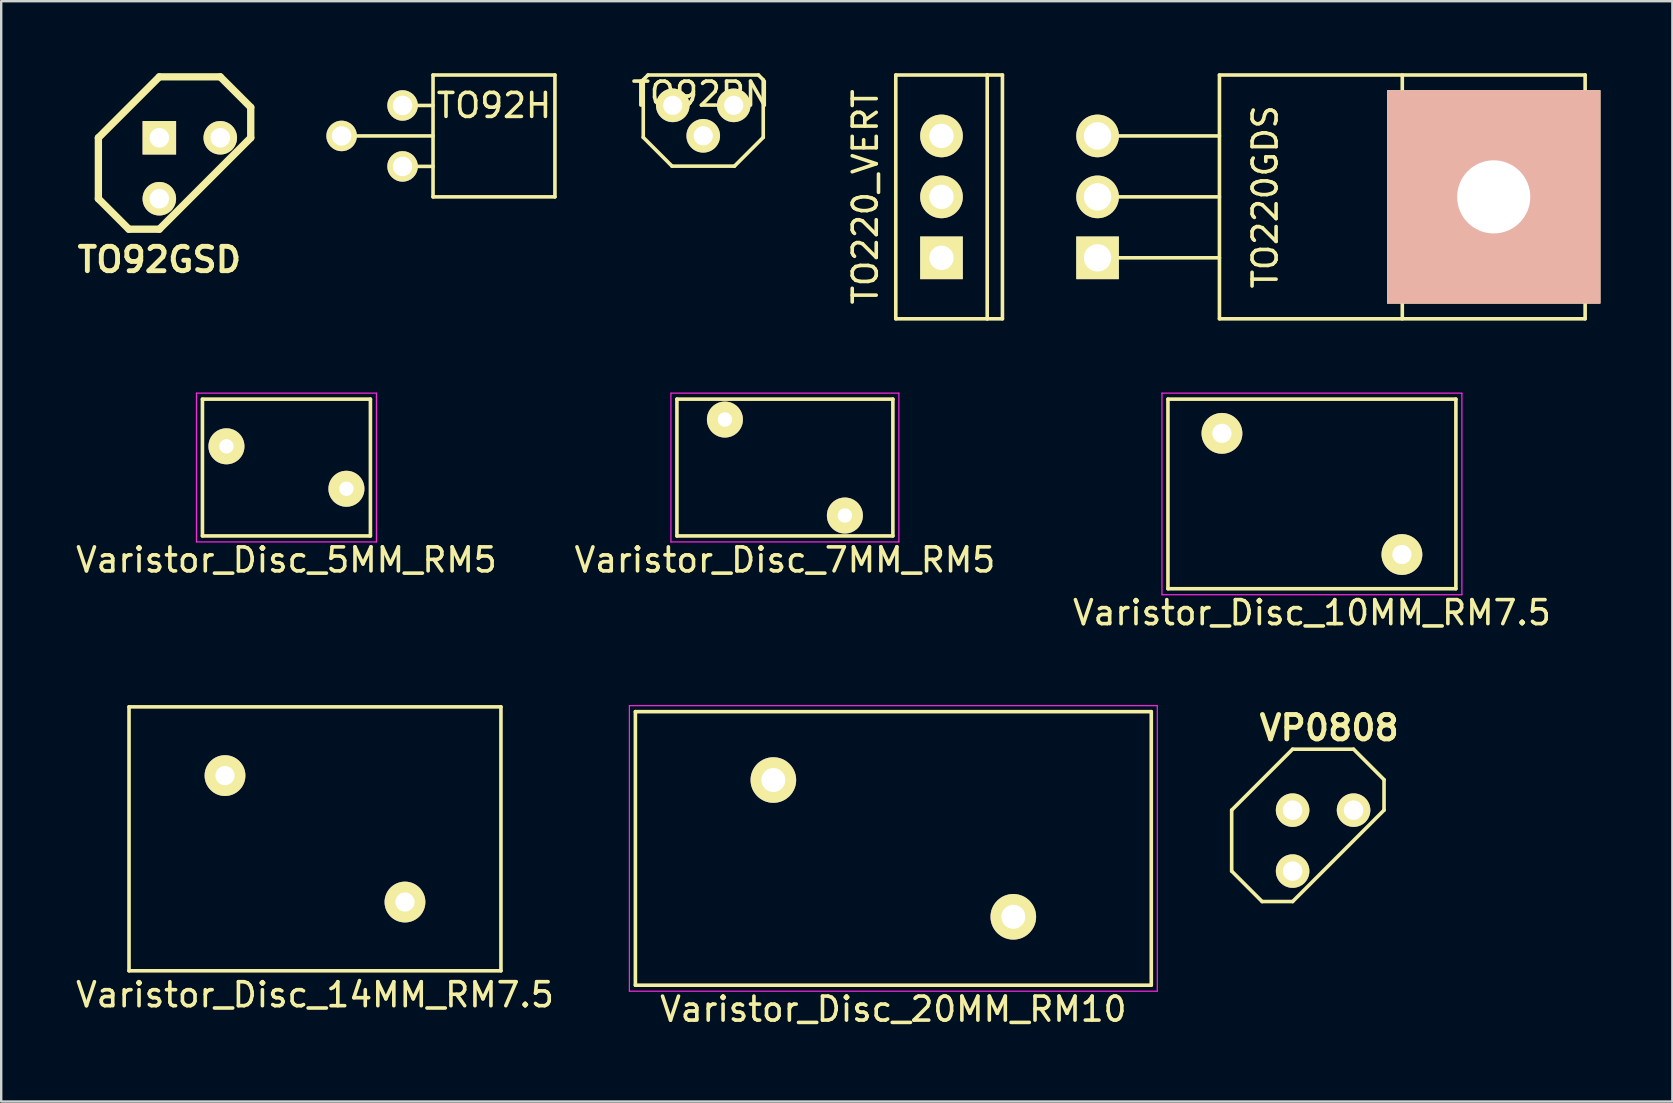
<source format=kicad_pcb>
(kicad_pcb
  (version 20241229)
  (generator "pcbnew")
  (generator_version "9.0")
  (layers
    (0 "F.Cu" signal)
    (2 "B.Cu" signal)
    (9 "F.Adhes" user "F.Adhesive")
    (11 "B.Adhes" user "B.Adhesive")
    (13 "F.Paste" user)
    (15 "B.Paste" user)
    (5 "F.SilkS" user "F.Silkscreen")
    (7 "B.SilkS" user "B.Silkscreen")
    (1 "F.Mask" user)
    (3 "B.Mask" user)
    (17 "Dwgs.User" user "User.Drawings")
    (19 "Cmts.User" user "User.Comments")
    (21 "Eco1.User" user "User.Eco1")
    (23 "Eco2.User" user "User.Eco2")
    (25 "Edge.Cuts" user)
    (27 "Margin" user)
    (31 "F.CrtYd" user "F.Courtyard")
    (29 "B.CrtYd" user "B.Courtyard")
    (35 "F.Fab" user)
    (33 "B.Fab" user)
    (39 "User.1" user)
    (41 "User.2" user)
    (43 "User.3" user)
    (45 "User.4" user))
  (footprint "Varistor_Disc_10MM_RM7.5"
    (layer "F.Cu")
    (at 47.875 15.01)
    (property "Reference" "Varistor_Disc_10MM_RM7.5" (at 3.75 7.475 0) (layer "F.SilkS") (effects (font (size 1 1) (thickness 0.15))))
    (attr through_hole)
    (fp_line (start -2.25 -1.425) (end -2.25 6.475) (stroke (width 0.15) (type solid)) (layer "F.SilkS"))
    (fp_line (start -2.25 -1.425) (end 9.75 -1.425) (stroke (width 0.15) (type solid)) (layer "F.SilkS"))
    (fp_line (start -2.25 6.475) (end 9.75 6.475) (stroke (width 0.15) (type solid)) (layer "F.SilkS"))
    (fp_line (start 9.75 -1.425) (end 9.75 6.475) (stroke (width 0.15) (type solid)) (layer "F.SilkS"))
    (fp_line (start -2.5 -1.675) (end -2.5 6.725) (stroke (width 0.05) (type solid)) (layer "F.CrtYd"))
    (fp_line (start -2.5 -1.675) (end 10 -1.675) (stroke (width 0.05) (type solid)) (layer "F.CrtYd"))
    (fp_line (start -2.5 6.725) (end 10 6.725) (stroke (width 0.05) (type solid)) (layer "F.CrtYd"))
    (fp_line (start 10 -1.675) (end 10 6.725) (stroke (width 0.05) (type solid)) (layer "F.CrtYd"))
    (pad "1" thru_hole circle (at 0 0) (size 1.7 1.7) (drill 0.8) (layers "*.Cu" "*.Mask" "F.SilkS"))
    (pad "2" thru_hole circle (at 7.5 5.05) (size 1.7 1.7) (drill 0.8) (layers "*.Cu" "*.Mask" "F.SilkS")))
  (footprint "TO92H"
    (layer "F.Cu")
    (at 12.457 2.615)
    (property "Reference" "TO92H" (at 5.08 -1.27 0) (layer "F.SilkS") (effects (font (size 1 1) (thickness 0.15))))
    (attr through_hole)
    (fp_line (start -1.27 0) (end 2.54 0) (stroke (width 0.15) (type solid)) (layer "F.SilkS"))
    (fp_line (start 1.27 -1.27) (end 2.54 -1.27) (stroke (width 0.15) (type solid)) (layer "F.SilkS"))
    (fp_line (start 1.27 1.27) (end 2.54 1.27) (stroke (width 0.15) (type solid)) (layer "F.SilkS"))
    (fp_line (start 2.54 -2.54) (end 7.62 -2.54) (stroke (width 0.15) (type solid)) (layer "F.SilkS"))
    (fp_line (start 2.54 2.54) (end 2.54 -2.54) (stroke (width 0.15) (type solid)) (layer "F.SilkS"))
    (fp_line (start 7.62 -2.54) (end 7.62 2.54) (stroke (width 0.15) (type solid)) (layer "F.SilkS"))
    (fp_line (start 7.62 2.54) (end 2.54 2.54) (stroke (width 0.15) (type solid)) (layer "F.SilkS"))
    (pad "1" thru_hole circle (at 1.27 1.27) (size 1.27 1.27) (drill 0.813) (layers "*.Cu" "*.Mask" "F.SilkS"))
    (pad "2" thru_hole circle (at -1.27 0) (size 1.27 1.27) (drill 0.813) (layers "*.Cu" "*.Mask" "F.SilkS"))
    (pad "3" thru_hole circle (at 1.27 -1.27) (size 1.27 1.27) (drill 0.813) (layers "*.Cu" "*.Mask" "F.SilkS")))
  (footprint "VP0808"
    (layer "F.Cu")
    (at 52.09 31.983)
    (property "Reference" "VP0808" (at 0.254 -4.699 0) (layer "F.SilkS") (effects (font (size 1.016 1.016) (thickness 0.203))))
    (attr through_hole)
    (fp_line (start -3.81 -1.27) (end -3.81 1.27) (stroke (width 0.15) (type solid)) (layer "F.SilkS"))
    (fp_line (start -3.81 1.27) (end -2.54 2.54) (stroke (width 0.15) (type solid)) (layer "F.SilkS"))
    (fp_line (start -2.54 2.54) (end -1.27 2.54) (stroke (width 0.15) (type solid)) (layer "F.SilkS"))
    (fp_line (start -1.27 -3.81) (end -3.81 -1.27) (stroke (width 0.15) (type solid)) (layer "F.SilkS"))
    (fp_line (start -1.27 2.54) (end 2.54 -1.27) (stroke (width 0.15) (type solid)) (layer "F.SilkS"))
    (fp_line (start 1.27 -3.81) (end -1.27 -3.81) (stroke (width 0.15) (type solid)) (layer "F.SilkS"))
    (fp_line (start 2.54 -2.54) (end 1.27 -3.81) (stroke (width 0.15) (type solid)) (layer "F.SilkS"))
    (fp_line (start 2.54 -1.27) (end 2.54 -2.54) (stroke (width 0.15) (type solid)) (layer "F.SilkS"))
    (pad "D" thru_hole circle (at -1.27 1.27) (size 1.397 1.397) (drill 0.813) (layers "*.Cu" "*.Mask" "F.SilkS"))
    (pad "G" thru_hole circle (at 1.27 -1.27) (size 1.397 1.397) (drill 0.813) (layers "*.Cu" "*.Mask" "F.SilkS"))
    (pad "S" thru_hole circle (at -1.27 -1.27) (size 1.397 1.397) (drill 0.813) (layers "*.Cu" "*.Mask" "F.SilkS")))
  (footprint "TO220GDS"
    (layer "F.Cu")
    (at 42.691 5.155)
    (property "Reference" "TO220GDS" (at 6.985 0 90) (layer "F.SilkS") (effects (font (size 1 1) (thickness 0.15))))
    (attr through_hole)
    (fp_line (start 0 -2.54) (end 5.08 -2.54) (stroke (width 0.15) (type solid)) (layer "F.SilkS"))
    (fp_line (start 0 0) (end 5.08 0) (stroke (width 0.15) (type solid)) (layer "F.SilkS"))
    (fp_line (start 0 2.54) (end 5.08 2.54) (stroke (width 0.15) (type solid)) (layer "F.SilkS"))
    (fp_line (start 5.08 -5.08) (end 20.32 -5.08) (stroke (width 0.15) (type solid)) (layer "F.SilkS"))
    (fp_line (start 5.08 5.08) (end 5.08 -5.08) (stroke (width 0.15) (type solid)) (layer "F.SilkS"))
    (fp_line (start 12.7 5.08) (end 12.7 -5.08) (stroke (width 0.15) (type solid)) (layer "F.SilkS"))
    (fp_line (start 20.32 -5.08) (end 20.32 5.08) (stroke (width 0.15) (type solid)) (layer "F.SilkS"))
    (fp_line (start 20.32 5.08) (end 5.08 5.08) (stroke (width 0.15) (type solid)) (layer "F.SilkS"))
    (pad "4" thru_hole rect (at 16.51 0) (size 8.89 8.89) (drill 3.048) (layers "*.Cu" "*.SilkS" "*.Mask"))
    (pad "D" thru_hole circle (at 0 0) (size 1.778 1.778) (drill 1.143) (layers "*.Cu" "*.Mask" "F.SilkS"))
    (pad "G" thru_hole circle (at 0 -2.54) (size 1.778 1.778) (drill 1.143) (layers "*.Cu" "*.Mask" "F.SilkS"))
    (pad "S" thru_hole rect (at 0 2.54) (size 1.778 1.778) (drill 1.143) (layers "*.Cu" "*.Mask" "F.SilkS")))
  (footprint "TO220_VERT"
    (layer "F.Cu")
    (at 36.187 5.155)
    (property "Reference" "TO220_VERT" (at -3.175 0 90) (layer "F.SilkS") (effects (font (size 1 1) (thickness 0.15))))
    (attr through_hole)
    (fp_line (start -1.905 -5.08) (end 1.905 -5.08) (stroke (width 0.15) (type solid)) (layer "F.SilkS"))
    (fp_line (start -1.905 5.08) (end -1.905 -5.08) (stroke (width 0.15) (type solid)) (layer "F.SilkS"))
    (fp_line (start 1.905 -5.08) (end 1.905 5.08) (stroke (width 0.15) (type solid)) (layer "F.SilkS"))
    (fp_line (start 1.905 -5.08) (end 2.54 -5.08) (stroke (width 0.15) (type solid)) (layer "F.SilkS"))
    (fp_line (start 1.905 5.08) (end -1.905 5.08) (stroke (width 0.15) (type solid)) (layer "F.SilkS"))
    (fp_line (start 2.54 -5.08) (end 2.54 5.08) (stroke (width 0.15) (type solid)) (layer "F.SilkS"))
    (fp_line (start 2.54 5.08) (end 1.905 5.08) (stroke (width 0.15) (type solid)) (layer "F.SilkS"))
    (pad "1" thru_hole rect (at 0 2.54) (size 1.778 1.778) (drill 1.016) (layers "*.Cu" "*.Mask" "F.SilkS"))
    (pad "2" thru_hole circle (at 0 -2.54) (size 1.778 1.778) (drill 1.016) (layers "*.Cu" "*.Mask" "F.SilkS"))
    (pad "3" thru_hole circle (at 0 0) (size 1.778 1.778) (drill 1.016) (layers "*.Cu" "*.Mask" "F.SilkS")))
  (footprint "TO92PN"
    (layer "F.Cu")
    (at 26.258 1.975)
    (property "Reference" "TO92PN" (at -0.1 -1.1 0) (layer "F.SilkS") (effects (font (size 1 1) (thickness 0.15))))
    (attr through_hole)
    (fp_line (start -2.5 -1.7) (end -2.3 -1.9) (stroke (width 0.15) (type solid)) (layer "F.SilkS"))
    (fp_line (start -2.5 0.7) (end -2.5 -1.7) (stroke (width 0.15) (type solid)) (layer "F.SilkS"))
    (fp_line (start -2.3 -1.9) (end 2.3 -1.9) (stroke (width 0.15) (type solid)) (layer "F.SilkS"))
    (fp_line (start -1.3 1.9) (end -2.5 0.7) (stroke (width 0.15) (type solid)) (layer "F.SilkS"))
    (fp_line (start 1.3 1.9) (end -1.3 1.9) (stroke (width 0.15) (type solid)) (layer "F.SilkS"))
    (fp_line (start 2.3 -1.9) (end 2.5 -1.7) (stroke (width 0.15) (type solid)) (layer "F.SilkS"))
    (fp_line (start 2.5 -1.7) (end 2.5 0.7) (stroke (width 0.15) (type solid)) (layer "F.SilkS"))
    (fp_line (start 2.5 0.7) (end 1.3 1.9) (stroke (width 0.15) (type solid)) (layer "F.SilkS"))
    (pad "1" thru_hole circle (at 1.27 -0.635) (size 1.4 1.4) (drill 0.8) (layers "*.Cu" "*.Mask" "F.SilkS"))
    (pad "2" thru_hole circle (at 0 0.635) (size 1.4 1.4) (drill 0.8) (layers "*.Cu" "*.Mask" "F.SilkS"))
    (pad "3" thru_hole circle (at -1.27 -0.635) (size 1.4 1.4) (drill 0.8) (layers "*.Cu" "*.Mask" "F.SilkS")))
  (footprint "TO92GSD"
    (layer "F.Cu")
    (at 4.86 3.962)
    (property "Reference" "TO92GSD" (at -1.27 3.81 0) (layer "F.SilkS") (effects (font (size 1.016 1.016) (thickness 0.203))))
    (attr through_hole)
    (fp_line (start -3.81 -1.27) (end -3.81 1.27) (stroke (width 0.305) (type solid)) (layer "F.SilkS"))
    (fp_line (start -3.81 1.27) (end -2.54 2.54) (stroke (width 0.305) (type solid)) (layer "F.SilkS"))
    (fp_line (start -2.54 2.54) (end -1.27 2.54) (stroke (width 0.305) (type solid)) (layer "F.SilkS"))
    (fp_line (start -1.27 -3.81) (end -3.81 -1.27) (stroke (width 0.305) (type solid)) (layer "F.SilkS"))
    (fp_line (start -1.27 2.54) (end 2.54 -1.27) (stroke (width 0.305) (type solid)) (layer "F.SilkS"))
    (fp_line (start 1.27 -3.81) (end -1.27 -3.81) (stroke (width 0.305) (type solid)) (layer "F.SilkS"))
    (fp_line (start 2.54 -2.54) (end 1.27 -3.81) (stroke (width 0.305) (type solid)) (layer "F.SilkS"))
    (fp_line (start 2.54 -1.27) (end 2.54 -2.54) (stroke (width 0.305) (type solid)) (layer "F.SilkS"))
    (pad "D" thru_hole circle (at -1.27 1.27) (size 1.397 1.397) (drill 0.813) (layers "*.Cu" "*.Mask" "F.SilkS"))
    (pad "G" thru_hole circle (at 1.27 -1.27) (size 1.397 1.397) (drill 0.813) (layers "*.Cu" "*.Mask" "F.SilkS"))
    (pad "S" thru_hole rect (at -1.27 -1.27) (size 1.397 1.397) (drill 0.813) (layers "*.Cu" "*.Mask" "F.SilkS")))
  (footprint "Varistor_Disc_14MM_RM7.5"
    (layer "F.Cu")
    (at 6.327 29.273)
    (property "Reference" "Varistor_Disc_14MM_RM7.5" (at 3.75 9.135 0) (layer "F.SilkS") (effects (font (size 1 1) (thickness 0.15))))
    (attr through_hole)
    (fp_line (start -4 -2.865) (end -4 8.135) (stroke (width 0.15) (type solid)) (layer "F.SilkS"))
    (fp_line (start -4 -2.865) (end 11.5 -2.865) (stroke (width 0.15) (type solid)) (layer "F.SilkS"))
    (fp_line (start -4 8.135) (end 11.5 8.135) (stroke (width 0.15) (type solid)) (layer "F.SilkS"))
    (fp_line (start 11.5 -2.865) (end 11.5 8.135) (stroke (width 0.15) (type solid)) (layer "F.SilkS"))
    (pad "1" thru_hole circle (at 0 0) (size 1.7 1.7) (drill 0.8) (layers "*.Cu" "*.Mask" "F.SilkS"))
    (pad "2" thru_hole circle (at 7.5 5.27) (size 1.7 1.7) (drill 0.8) (layers "*.Cu" "*.Mask" "F.SilkS")))
  (footprint "Varistor_Disc_7MM_RM5"
    (layer "F.Cu")
    (at 27.161 14.435)
    (property "Reference" "Varistor_Disc_7MM_RM5" (at 2.5 5.85 0) (layer "F.SilkS") (effects (font (size 1 1) (thickness 0.15))))
    (attr through_hole)
    (fp_line (start -2 -0.85) (end -2 4.85) (stroke (width 0.15) (type solid)) (layer "F.SilkS"))
    (fp_line (start -2 -0.85) (end 7 -0.85) (stroke (width 0.15) (type solid)) (layer "F.SilkS"))
    (fp_line (start -2 4.85) (end 7 4.85) (stroke (width 0.15) (type solid)) (layer "F.SilkS"))
    (fp_line (start 7 -0.85) (end 7 4.85) (stroke (width 0.15) (type solid)) (layer "F.SilkS"))
    (fp_line (start -2.25 -1.1) (end -2.25 5.1) (stroke (width 0.05) (type solid)) (layer "F.CrtYd"))
    (fp_line (start -2.25 -1.1) (end 7.25 -1.1) (stroke (width 0.05) (type solid)) (layer "F.CrtYd"))
    (fp_line (start -2.25 5.1) (end 7.25 5.1) (stroke (width 0.05) (type solid)) (layer "F.CrtYd"))
    (fp_line (start 7.25 -1.1) (end 7.25 5.1) (stroke (width 0.05) (type solid)) (layer "F.CrtYd"))
    (pad "1" thru_hole circle (at 0 0) (size 1.5 1.5) (drill 0.6) (layers "*.Cu" "*.Mask" "F.SilkS"))
    (pad "2" thru_hole circle (at 5 4) (size 1.5 1.5) (drill 0.6) (layers "*.Cu" "*.Mask" "F.SilkS")))
  (footprint "Varistor_Disc_20MM_RM10"
    (layer "F.Cu")
    (at 29.18 29.458)
    (property "Reference" "Varistor_Disc_20MM_RM10" (at 5 9.55 0) (layer "F.SilkS") (effects (font (size 1 1) (thickness 0.15))))
    (attr through_hole)
    (fp_line (start -5.75 -2.85) (end -5.75 8.55) (stroke (width 0.15) (type solid)) (layer "F.SilkS"))
    (fp_line (start -5.75 -2.85) (end 15.75 -2.85) (stroke (width 0.15) (type solid)) (layer "F.SilkS"))
    (fp_line (start -5.75 8.55) (end 15.75 8.55) (stroke (width 0.15) (type solid)) (layer "F.SilkS"))
    (fp_line (start 15.75 -2.85) (end 15.75 8.55) (stroke (width 0.15) (type solid)) (layer "F.SilkS"))
    (fp_line (start -6 -3.1) (end -6 8.8) (stroke (width 0.05) (type solid)) (layer "F.CrtYd"))
    (fp_line (start -6 -3.1) (end 16 -3.1) (stroke (width 0.05) (type solid)) (layer "F.CrtYd"))
    (fp_line (start -6 8.8) (end 16 8.8) (stroke (width 0.05) (type solid)) (layer "F.CrtYd"))
    (fp_line (start 16 -3.1) (end 16 8.8) (stroke (width 0.05) (type solid)) (layer "F.CrtYd"))
    (pad "1" thru_hole circle (at 0 0) (size 1.9 1.9) (drill 1) (layers "*.Cu" "*.Mask" "F.SilkS"))
    (pad "2" thru_hole circle (at 10 5.7) (size 1.9 1.9) (drill 1) (layers "*.Cu" "*.Mask" "F.SilkS")))
  (footprint "Varistor_Disc_5MM_RM5"
    (layer "F.Cu")
    (at 6.387 15.55)
    (property "Reference" "Varistor_Disc_5MM_RM5" (at 2.5 4.735 0) (layer "F.SilkS") (effects (font (size 1 1) (thickness 0.15))))
    (attr through_hole)
    (fp_line (start -1 -1.965) (end -1 3.735) (stroke (width 0.15) (type solid)) (layer "F.SilkS"))
    (fp_line (start -1 -1.965) (end 6 -1.965) (stroke (width 0.15) (type solid)) (layer "F.SilkS"))
    (fp_line (start -1 3.735) (end 6 3.735) (stroke (width 0.15) (type solid)) (layer "F.SilkS"))
    (fp_line (start 6 -1.965) (end 6 3.735) (stroke (width 0.15) (type solid)) (layer "F.SilkS"))
    (fp_line (start -1.25 -2.215) (end -1.25 3.985) (stroke (width 0.05) (type solid)) (layer "F.CrtYd"))
    (fp_line (start -1.25 -2.215) (end 6.25 -2.215) (stroke (width 0.05) (type solid)) (layer "F.CrtYd"))
    (fp_line (start -1.25 3.985) (end 6.25 3.985) (stroke (width 0.05) (type solid)) (layer "F.CrtYd"))
    (fp_line (start 6.25 -2.215) (end 6.25 3.985) (stroke (width 0.05) (type solid)) (layer "F.CrtYd"))
    (pad "1" thru_hole circle (at 0 0) (size 1.5 1.5) (drill 0.6) (layers "*.Cu" "*.Mask" "F.SilkS"))
    (pad "2" thru_hole circle (at 5 1.77) (size 1.5 1.5) (drill 0.6) (layers "*.Cu" "*.Mask" "F.SilkS")))
  (gr_rect
    (start -3 -3)
    (end 66.646 42.856)
    (stroke (width 0.1) (type default))
    (fill no)
    (layer "Edge.Cuts")))
</source>
